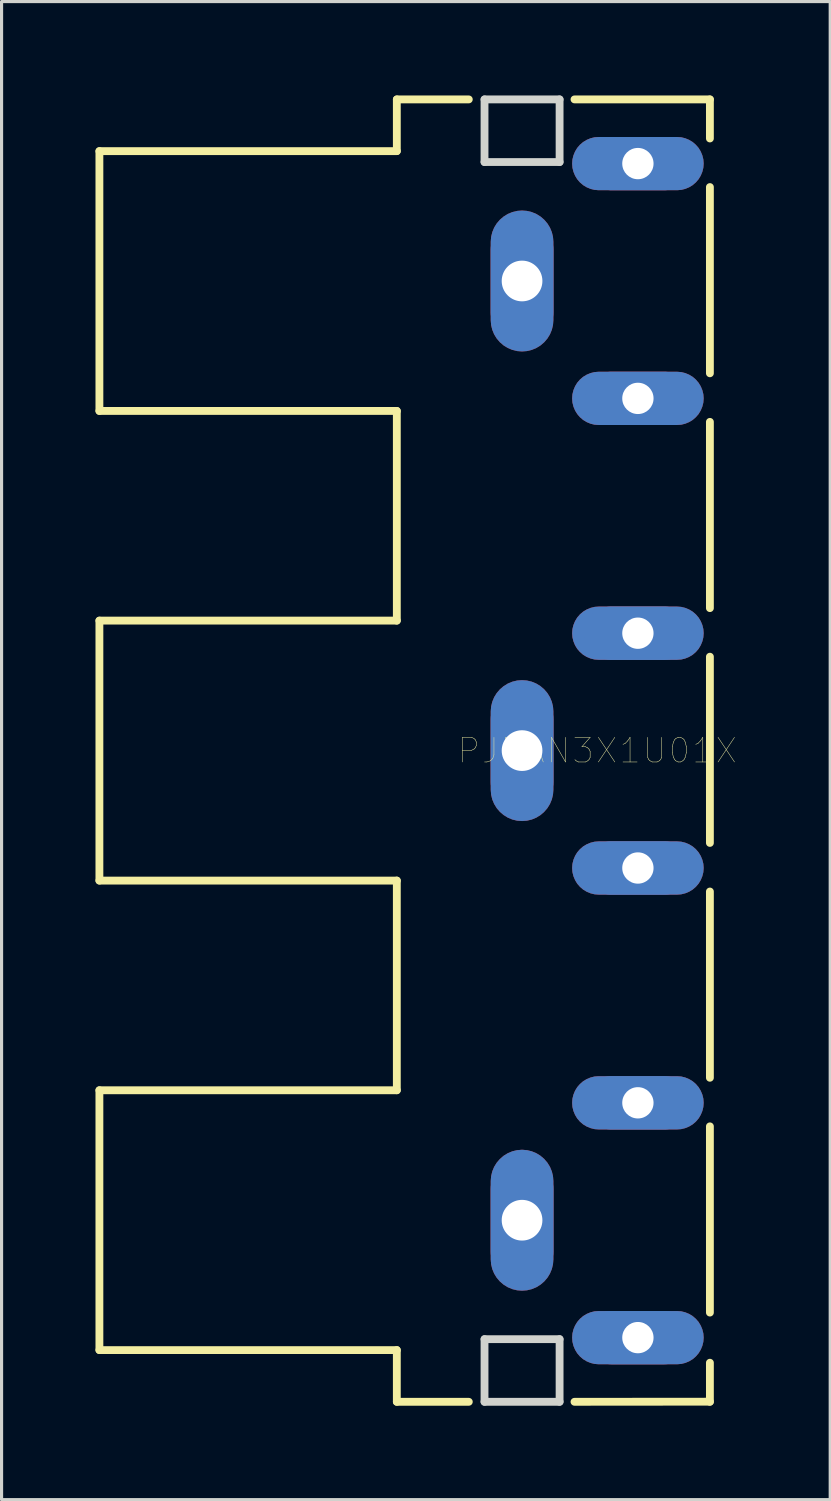
<source format=kicad_pcb>
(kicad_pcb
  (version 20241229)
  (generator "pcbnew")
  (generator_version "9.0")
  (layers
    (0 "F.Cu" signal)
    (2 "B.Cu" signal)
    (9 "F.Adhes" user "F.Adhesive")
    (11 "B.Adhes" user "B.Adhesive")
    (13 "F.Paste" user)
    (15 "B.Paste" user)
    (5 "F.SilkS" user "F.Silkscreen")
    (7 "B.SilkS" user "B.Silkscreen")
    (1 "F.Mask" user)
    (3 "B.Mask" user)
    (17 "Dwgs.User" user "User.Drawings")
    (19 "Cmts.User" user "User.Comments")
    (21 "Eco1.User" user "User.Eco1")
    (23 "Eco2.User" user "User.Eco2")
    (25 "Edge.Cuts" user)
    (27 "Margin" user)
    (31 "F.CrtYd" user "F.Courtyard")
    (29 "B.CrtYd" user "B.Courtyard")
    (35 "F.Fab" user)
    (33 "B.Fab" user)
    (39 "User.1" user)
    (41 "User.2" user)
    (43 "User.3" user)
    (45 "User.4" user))
  (footprint "PJRAN3X1U01X"
    (layer "F.Cu")
    (at 16.025 20.925)
    (property "Reference" "PJRAN3X1U01X" (at 0 0 0) (layer "F.SilkS") (effects (font (size 0.787 0.787) (thickness 0.015))))
    (attr through_hole)
    (fp_poly (pts (xy -1.401 -16.25) (xy -1.413 -16.406) (xy -1.45 -16.559) (xy -1.51 -16.704) (xy -1.592 -16.837) (xy -1.694 -16.956) (xy -1.813 -17.058) (xy -1.946 -17.14) (xy -2.091 -17.2) (xy -2.244 -17.237) (xy -2.4 -17.249) (xy -2.556 -17.237) (xy -2.709 -17.2) (xy -2.854 -17.14) (xy -2.987 -17.058) (xy -3.106 -16.956) (xy -3.208 -16.837) (xy -3.29 -16.704) (xy -3.35 -16.559) (xy -3.387 -16.406) (xy -3.399 -16.25) (xy -3.399 -13.75) (xy -3.387 -13.594) (xy -3.35 -13.441) (xy -3.29 -13.296) (xy -3.208 -13.163) (xy -3.106 -13.044) (xy -2.987 -12.942) (xy -2.854 -12.86) (xy -2.709 -12.8) (xy -2.556 -12.763) (xy -2.4 -12.751) (xy -2.244 -12.763) (xy -2.091 -12.8) (xy -1.946 -12.86) (xy -1.813 -12.942) (xy -1.694 -13.044) (xy -1.592 -13.163) (xy -1.51 -13.296) (xy -1.45 -13.441) (xy -1.413 -13.594) (xy -1.401 -13.75)) (stroke (width 0.002) (type solid)) (fill yes) (layer "F.Cu"))
    (fp_poly (pts (xy -1.401 -1.25) (xy -1.413 -1.406) (xy -1.45 -1.559) (xy -1.51 -1.704) (xy -1.592 -1.837) (xy -1.694 -1.956) (xy -1.813 -2.058) (xy -1.946 -2.14) (xy -2.091 -2.2) (xy -2.244 -2.237) (xy -2.4 -2.249) (xy -2.556 -2.237) (xy -2.709 -2.2) (xy -2.854 -2.14) (xy -2.987 -2.058) (xy -3.106 -1.956) (xy -3.208 -1.837) (xy -3.29 -1.704) (xy -3.35 -1.559) (xy -3.387 -1.406) (xy -3.399 -1.25) (xy -3.399 1.25) (xy -3.387 1.406) (xy -3.35 1.559) (xy -3.29 1.704) (xy -3.208 1.837) (xy -3.106 1.956) (xy -2.987 2.058) (xy -2.854 2.14) (xy -2.709 2.2) (xy -2.556 2.237) (xy -2.4 2.249) (xy -2.244 2.237) (xy -2.091 2.2) (xy -1.946 2.14) (xy -1.813 2.058) (xy -1.694 1.956) (xy -1.592 1.837) (xy -1.51 1.704) (xy -1.45 1.559) (xy -1.413 1.406) (xy -1.401 1.25)) (stroke (width 0.002) (type solid)) (fill yes) (layer "F.Cu"))
    (fp_poly (pts (xy -1.401 13.75) (xy -1.413 13.594) (xy -1.45 13.441) (xy -1.51 13.296) (xy -1.592 13.163) (xy -1.694 13.044) (xy -1.813 12.942) (xy -1.946 12.86) (xy -2.091 12.8) (xy -2.244 12.763) (xy -2.4 12.751) (xy -2.556 12.763) (xy -2.709 12.8) (xy -2.854 12.86) (xy -2.987 12.942) (xy -3.106 13.044) (xy -3.208 13.163) (xy -3.29 13.296) (xy -3.35 13.441) (xy -3.387 13.594) (xy -3.399 13.75) (xy -3.399 16.25) (xy -3.387 16.406) (xy -3.35 16.559) (xy -3.29 16.704) (xy -3.208 16.837) (xy -3.106 16.956) (xy -2.987 17.058) (xy -2.854 17.14) (xy -2.709 17.2) (xy -2.556 17.237) (xy -2.4 17.249) (xy -2.244 17.237) (xy -2.091 17.2) (xy -1.946 17.14) (xy -1.813 17.058) (xy -1.694 16.956) (xy -1.592 16.837) (xy -1.51 16.704) (xy -1.45 16.559) (xy -1.413 16.406) (xy -1.401 16.25)) (stroke (width 0.002) (type solid)) (fill yes) (layer "F.Cu"))
    (fp_poly (pts (xy 0.05 -19.599) (xy -0.083 -19.589) (xy -0.212 -19.557) (xy -0.335 -19.506) (xy -0.449 -19.437) (xy -0.55 -19.35) (xy -0.637 -19.249) (xy -0.706 -19.135) (xy -0.757 -19.012) (xy -0.789 -18.883) (xy -0.799 -18.75) (xy -0.789 -18.617) (xy -0.757 -18.488) (xy -0.706 -18.365) (xy -0.637 -18.251) (xy -0.55 -18.15) (xy -0.449 -18.063) (xy -0.335 -17.994) (xy -0.212 -17.943) (xy -0.083 -17.911) (xy 0.05 -17.901) (xy 2.55 -17.901) (xy 2.683 -17.911) (xy 2.812 -17.943) (xy 2.935 -17.994) (xy 3.049 -18.063) (xy 3.15 -18.15) (xy 3.237 -18.251) (xy 3.306 -18.365) (xy 3.357 -18.488) (xy 3.389 -18.617) (xy 3.399 -18.75) (xy 3.389 -18.883) (xy 3.357 -19.012) (xy 3.306 -19.135) (xy 3.237 -19.249) (xy 3.15 -19.35) (xy 3.049 -19.437) (xy 2.935 -19.506) (xy 2.812 -19.557) (xy 2.683 -19.589) (xy 2.55 -19.599)) (stroke (width 0.002) (type solid)) (fill yes) (layer "F.Cu"))
    (fp_poly (pts (xy 0.05 -12.099) (xy -0.083 -12.089) (xy -0.212 -12.057) (xy -0.335 -12.006) (xy -0.449 -11.937) (xy -0.55 -11.85) (xy -0.637 -11.749) (xy -0.706 -11.635) (xy -0.757 -11.512) (xy -0.789 -11.383) (xy -0.799 -11.25) (xy -0.789 -11.117) (xy -0.757 -10.988) (xy -0.706 -10.865) (xy -0.637 -10.751) (xy -0.55 -10.65) (xy -0.449 -10.563) (xy -0.335 -10.494) (xy -0.212 -10.443) (xy -0.083 -10.411) (xy 0.05 -10.401) (xy 2.55 -10.401) (xy 2.683 -10.411) (xy 2.812 -10.443) (xy 2.935 -10.494) (xy 3.049 -10.563) (xy 3.15 -10.65) (xy 3.237 -10.751) (xy 3.306 -10.865) (xy 3.357 -10.988) (xy 3.389 -11.117) (xy 3.399 -11.25) (xy 3.389 -11.383) (xy 3.357 -11.512) (xy 3.306 -11.635) (xy 3.237 -11.749) (xy 3.15 -11.85) (xy 3.049 -11.937) (xy 2.935 -12.006) (xy 2.812 -12.057) (xy 2.683 -12.089) (xy 2.55 -12.099)) (stroke (width 0.002) (type solid)) (fill yes) (layer "F.Cu"))
    (fp_poly (pts (xy 0.05 -4.599) (xy -0.083 -4.589) (xy -0.212 -4.557) (xy -0.335 -4.506) (xy -0.449 -4.437) (xy -0.55 -4.35) (xy -0.637 -4.249) (xy -0.706 -4.135) (xy -0.757 -4.012) (xy -0.789 -3.883) (xy -0.799 -3.75) (xy -0.789 -3.617) (xy -0.757 -3.488) (xy -0.706 -3.365) (xy -0.637 -3.251) (xy -0.55 -3.15) (xy -0.449 -3.063) (xy -0.335 -2.994) (xy -0.212 -2.943) (xy -0.083 -2.911) (xy 0.05 -2.901) (xy 2.55 -2.901) (xy 2.683 -2.911) (xy 2.812 -2.943) (xy 2.935 -2.994) (xy 3.049 -3.063) (xy 3.15 -3.15) (xy 3.237 -3.251) (xy 3.306 -3.365) (xy 3.357 -3.488) (xy 3.389 -3.617) (xy 3.399 -3.75) (xy 3.389 -3.883) (xy 3.357 -4.012) (xy 3.306 -4.135) (xy 3.237 -4.249) (xy 3.15 -4.35) (xy 3.049 -4.437) (xy 2.935 -4.506) (xy 2.812 -4.557) (xy 2.683 -4.589) (xy 2.55 -4.599)) (stroke (width 0.002) (type solid)) (fill yes) (layer "F.Cu"))
    (fp_poly (pts (xy 0.05 2.901) (xy -0.083 2.911) (xy -0.212 2.943) (xy -0.335 2.994) (xy -0.449 3.063) (xy -0.55 3.15) (xy -0.637 3.251) (xy -0.706 3.365) (xy -0.757 3.488) (xy -0.789 3.617) (xy -0.799 3.75) (xy -0.789 3.883) (xy -0.757 4.012) (xy -0.706 4.135) (xy -0.637 4.249) (xy -0.55 4.35) (xy -0.449 4.437) (xy -0.335 4.506) (xy -0.212 4.557) (xy -0.083 4.589) (xy 0.05 4.599) (xy 2.55 4.599) (xy 2.683 4.589) (xy 2.812 4.557) (xy 2.935 4.506) (xy 3.049 4.437) (xy 3.15 4.35) (xy 3.237 4.249) (xy 3.306 4.135) (xy 3.357 4.012) (xy 3.389 3.883) (xy 3.399 3.75) (xy 3.389 3.617) (xy 3.357 3.488) (xy 3.306 3.365) (xy 3.237 3.251) (xy 3.15 3.15) (xy 3.049 3.063) (xy 2.935 2.994) (xy 2.812 2.943) (xy 2.683 2.911) (xy 2.55 2.901)) (stroke (width 0.002) (type solid)) (fill yes) (layer "F.Cu"))
    (fp_poly (pts (xy 0.05 10.401) (xy -0.083 10.411) (xy -0.212 10.443) (xy -0.335 10.494) (xy -0.449 10.563) (xy -0.55 10.65) (xy -0.637 10.751) (xy -0.706 10.865) (xy -0.757 10.988) (xy -0.789 11.117) (xy -0.799 11.25) (xy -0.789 11.383) (xy -0.757 11.512) (xy -0.706 11.635) (xy -0.637 11.749) (xy -0.55 11.85) (xy -0.449 11.937) (xy -0.335 12.006) (xy -0.212 12.057) (xy -0.083 12.089) (xy 0.05 12.099) (xy 2.55 12.099) (xy 2.683 12.089) (xy 2.812 12.057) (xy 2.935 12.006) (xy 3.049 11.937) (xy 3.15 11.85) (xy 3.237 11.749) (xy 3.306 11.635) (xy 3.357 11.512) (xy 3.389 11.383) (xy 3.399 11.25) (xy 3.389 11.117) (xy 3.357 10.988) (xy 3.306 10.865) (xy 3.237 10.751) (xy 3.15 10.65) (xy 3.049 10.563) (xy 2.935 10.494) (xy 2.812 10.443) (xy 2.683 10.411) (xy 2.55 10.401)) (stroke (width 0.002) (type solid)) (fill yes) (layer "F.Cu"))
    (fp_poly (pts (xy 0.05 17.901) (xy -0.083 17.911) (xy -0.212 17.943) (xy -0.335 17.994) (xy -0.449 18.063) (xy -0.55 18.15) (xy -0.637 18.251) (xy -0.706 18.365) (xy -0.757 18.488) (xy -0.789 18.617) (xy -0.799 18.75) (xy -0.789 18.883) (xy -0.757 19.012) (xy -0.706 19.135) (xy -0.637 19.249) (xy -0.55 19.35) (xy -0.449 19.437) (xy -0.335 19.506) (xy -0.212 19.557) (xy -0.083 19.589) (xy 0.05 19.599) (xy 2.55 19.599) (xy 2.683 19.589) (xy 2.812 19.557) (xy 2.935 19.506) (xy 3.049 19.437) (xy 3.15 19.35) (xy 3.237 19.249) (xy 3.306 19.135) (xy 3.357 19.012) (xy 3.389 18.883) (xy 3.399 18.75) (xy 3.389 18.617) (xy 3.357 18.488) (xy 3.306 18.365) (xy 3.237 18.251) (xy 3.15 18.15) (xy 3.049 18.063) (xy 2.935 17.994) (xy 2.812 17.943) (xy 2.683 17.911) (xy 2.55 17.901)) (stroke (width 0.002) (type solid)) (fill yes) (layer "F.Cu"))
    (fp_poly (pts (xy -3.502 -13.75) (xy -3.488 -13.578) (xy -3.448 -13.41) (xy -3.382 -13.25) (xy -3.291 -13.102) (xy -3.179 -12.971) (xy -3.048 -12.859) (xy -2.9 -12.768) (xy -2.74 -12.702) (xy -2.572 -12.662) (xy -2.4 -12.648) (xy -2.228 -12.662) (xy -2.06 -12.702) (xy -1.9 -12.768) (xy -1.752 -12.859) (xy -1.621 -12.971) (xy -1.509 -13.102) (xy -1.418 -13.25) (xy -1.352 -13.41) (xy -1.312 -13.578) (xy -1.298 -13.75) (xy -1.298 -16.25) (xy -1.312 -16.422) (xy -1.352 -16.59) (xy -1.418 -16.75) (xy -1.509 -16.898) (xy -1.621 -17.029) (xy -1.752 -17.141) (xy -1.9 -17.232) (xy -2.06 -17.298) (xy -2.228 -17.338) (xy -2.4 -17.352) (xy -2.572 -17.338) (xy -2.74 -17.298) (xy -2.9 -17.232) (xy -3.048 -17.141) (xy -3.179 -17.029) (xy -3.291 -16.898) (xy -3.382 -16.75) (xy -3.448 -16.59) (xy -3.488 -16.422) (xy -3.502 -16.25)) (stroke (width 0.002) (type solid)) (fill yes) (layer "F.Mask"))
    (fp_poly (pts (xy -3.502 1.25) (xy -3.488 1.422) (xy -3.448 1.59) (xy -3.382 1.75) (xy -3.291 1.898) (xy -3.179 2.029) (xy -3.048 2.141) (xy -2.9 2.232) (xy -2.74 2.298) (xy -2.572 2.338) (xy -2.4 2.352) (xy -2.228 2.338) (xy -2.06 2.298) (xy -1.9 2.232) (xy -1.752 2.141) (xy -1.621 2.029) (xy -1.509 1.898) (xy -1.418 1.75) (xy -1.352 1.59) (xy -1.312 1.422) (xy -1.298 1.25) (xy -1.298 -1.25) (xy -1.312 -1.422) (xy -1.352 -1.59) (xy -1.418 -1.75) (xy -1.509 -1.898) (xy -1.621 -2.029) (xy -1.752 -2.141) (xy -1.9 -2.232) (xy -2.06 -2.298) (xy -2.228 -2.338) (xy -2.4 -2.352) (xy -2.572 -2.338) (xy -2.74 -2.298) (xy -2.9 -2.232) (xy -3.048 -2.141) (xy -3.179 -2.029) (xy -3.291 -1.898) (xy -3.382 -1.75) (xy -3.448 -1.59) (xy -3.488 -1.422) (xy -3.502 -1.25)) (stroke (width 0.002) (type solid)) (fill yes) (layer "F.Mask"))
    (fp_poly (pts (xy -3.502 16.25) (xy -3.488 16.422) (xy -3.448 16.59) (xy -3.382 16.75) (xy -3.291 16.898) (xy -3.179 17.029) (xy -3.048 17.141) (xy -2.9 17.232) (xy -2.74 17.298) (xy -2.572 17.338) (xy -2.4 17.352) (xy -2.228 17.338) (xy -2.06 17.298) (xy -1.9 17.232) (xy -1.752 17.141) (xy -1.621 17.029) (xy -1.509 16.898) (xy -1.418 16.75) (xy -1.352 16.59) (xy -1.312 16.422) (xy -1.298 16.25) (xy -1.298 13.75) (xy -1.312 13.578) (xy -1.352 13.41) (xy -1.418 13.25) (xy -1.509 13.102) (xy -1.621 12.971) (xy -1.752 12.859) (xy -1.9 12.768) (xy -2.06 12.702) (xy -2.228 12.662) (xy -2.4 12.648) (xy -2.572 12.662) (xy -2.74 12.702) (xy -2.9 12.768) (xy -3.048 12.859) (xy -3.179 12.971) (xy -3.291 13.102) (xy -3.382 13.25) (xy -3.448 13.41) (xy -3.488 13.578) (xy -3.502 13.75)) (stroke (width 0.002) (type solid)) (fill yes) (layer "F.Mask"))
    (fp_poly (pts (xy 0.05 -19.702) (xy -0.099 -19.69) (xy -0.244 -19.655) (xy -0.382 -19.598) (xy -0.509 -19.52) (xy -0.623 -19.423) (xy -0.72 -19.309) (xy -0.798 -19.182) (xy -0.855 -19.044) (xy -0.89 -18.899) (xy -0.902 -18.75) (xy -0.89 -18.601) (xy -0.855 -18.456) (xy -0.798 -18.318) (xy -0.72 -18.191) (xy -0.623 -18.077) (xy -0.509 -17.98) (xy -0.382 -17.902) (xy -0.244 -17.845) (xy -0.099 -17.81) (xy 0.05 -17.798) (xy 2.55 -17.798) (xy 2.699 -17.81) (xy 2.844 -17.845) (xy 2.982 -17.902) (xy 3.109 -17.98) (xy 3.223 -18.077) (xy 3.32 -18.191) (xy 3.398 -18.318) (xy 3.455 -18.456) (xy 3.49 -18.601) (xy 3.502 -18.75) (xy 3.49 -18.899) (xy 3.455 -19.044) (xy 3.398 -19.182) (xy 3.32 -19.309) (xy 3.223 -19.423) (xy 3.109 -19.52) (xy 2.982 -19.598) (xy 2.844 -19.655) (xy 2.699 -19.69) (xy 2.55 -19.702)) (stroke (width 0.002) (type solid)) (fill yes) (layer "F.Mask"))
    (fp_poly (pts (xy 0.05 -12.202) (xy -0.099 -12.19) (xy -0.244 -12.155) (xy -0.382 -12.098) (xy -0.509 -12.02) (xy -0.623 -11.923) (xy -0.72 -11.809) (xy -0.798 -11.682) (xy -0.855 -11.544) (xy -0.89 -11.399) (xy -0.902 -11.25) (xy -0.89 -11.101) (xy -0.855 -10.956) (xy -0.798 -10.818) (xy -0.72 -10.691) (xy -0.623 -10.577) (xy -0.509 -10.48) (xy -0.382 -10.402) (xy -0.244 -10.345) (xy -0.099 -10.31) (xy 0.05 -10.298) (xy 2.55 -10.298) (xy 2.699 -10.31) (xy 2.844 -10.345) (xy 2.982 -10.402) (xy 3.109 -10.48) (xy 3.223 -10.577) (xy 3.32 -10.691) (xy 3.398 -10.818) (xy 3.455 -10.956) (xy 3.49 -11.101) (xy 3.502 -11.25) (xy 3.49 -11.399) (xy 3.455 -11.544) (xy 3.398 -11.682) (xy 3.32 -11.809) (xy 3.223 -11.923) (xy 3.109 -12.02) (xy 2.982 -12.098) (xy 2.844 -12.155) (xy 2.699 -12.19) (xy 2.55 -12.202)) (stroke (width 0.002) (type solid)) (fill yes) (layer "F.Mask"))
    (fp_poly (pts (xy 0.05 -4.702) (xy -0.099 -4.69) (xy -0.244 -4.655) (xy -0.382 -4.598) (xy -0.509 -4.52) (xy -0.623 -4.423) (xy -0.72 -4.309) (xy -0.798 -4.182) (xy -0.855 -4.044) (xy -0.89 -3.899) (xy -0.902 -3.75) (xy -0.89 -3.601) (xy -0.855 -3.456) (xy -0.798 -3.318) (xy -0.72 -3.191) (xy -0.623 -3.077) (xy -0.509 -2.98) (xy -0.382 -2.902) (xy -0.244 -2.845) (xy -0.099 -2.81) (xy 0.05 -2.798) (xy 2.55 -2.798) (xy 2.699 -2.81) (xy 2.844 -2.845) (xy 2.982 -2.902) (xy 3.109 -2.98) (xy 3.223 -3.077) (xy 3.32 -3.191) (xy 3.398 -3.318) (xy 3.455 -3.456) (xy 3.49 -3.601) (xy 3.502 -3.75) (xy 3.49 -3.899) (xy 3.455 -4.044) (xy 3.398 -4.182) (xy 3.32 -4.309) (xy 3.223 -4.423) (xy 3.109 -4.52) (xy 2.982 -4.598) (xy 2.844 -4.655) (xy 2.699 -4.69) (xy 2.55 -4.702)) (stroke (width 0.002) (type solid)) (fill yes) (layer "F.Mask"))
    (fp_poly (pts (xy 0.05 2.798) (xy -0.099 2.81) (xy -0.244 2.845) (xy -0.382 2.902) (xy -0.509 2.98) (xy -0.623 3.077) (xy -0.72 3.191) (xy -0.798 3.318) (xy -0.855 3.456) (xy -0.89 3.601) (xy -0.902 3.75) (xy -0.89 3.899) (xy -0.855 4.044) (xy -0.798 4.182) (xy -0.72 4.309) (xy -0.623 4.423) (xy -0.509 4.52) (xy -0.382 4.598) (xy -0.244 4.655) (xy -0.099 4.69) (xy 0.05 4.702) (xy 2.55 4.702) (xy 2.699 4.69) (xy 2.844 4.655) (xy 2.982 4.598) (xy 3.109 4.52) (xy 3.223 4.423) (xy 3.32 4.309) (xy 3.398 4.182) (xy 3.455 4.044) (xy 3.49 3.899) (xy 3.502 3.75) (xy 3.49 3.601) (xy 3.455 3.456) (xy 3.398 3.318) (xy 3.32 3.191) (xy 3.223 3.077) (xy 3.109 2.98) (xy 2.982 2.902) (xy 2.844 2.845) (xy 2.699 2.81) (xy 2.55 2.798)) (stroke (width 0.002) (type solid)) (fill yes) (layer "F.Mask"))
    (fp_poly (pts (xy 0.05 10.298) (xy -0.099 10.31) (xy -0.244 10.345) (xy -0.382 10.402) (xy -0.509 10.48) (xy -0.623 10.577) (xy -0.72 10.691) (xy -0.798 10.818) (xy -0.855 10.956) (xy -0.89 11.101) (xy -0.902 11.25) (xy -0.89 11.399) (xy -0.855 11.544) (xy -0.798 11.682) (xy -0.72 11.809) (xy -0.623 11.923) (xy -0.509 12.02) (xy -0.382 12.098) (xy -0.244 12.155) (xy -0.099 12.19) (xy 0.05 12.202) (xy 2.55 12.202) (xy 2.699 12.19) (xy 2.844 12.155) (xy 2.982 12.098) (xy 3.109 12.02) (xy 3.223 11.923) (xy 3.32 11.809) (xy 3.398 11.682) (xy 3.455 11.544) (xy 3.49 11.399) (xy 3.502 11.25) (xy 3.49 11.101) (xy 3.455 10.956) (xy 3.398 10.818) (xy 3.32 10.691) (xy 3.223 10.577) (xy 3.109 10.48) (xy 2.982 10.402) (xy 2.844 10.345) (xy 2.699 10.31) (xy 2.55 10.298)) (stroke (width 0.002) (type solid)) (fill yes) (layer "F.Mask"))
    (fp_poly (pts (xy 0.05 17.798) (xy -0.099 17.81) (xy -0.244 17.845) (xy -0.382 17.902) (xy -0.509 17.98) (xy -0.623 18.077) (xy -0.72 18.191) (xy -0.798 18.318) (xy -0.855 18.456) (xy -0.89 18.601) (xy -0.902 18.75) (xy -0.89 18.899) (xy -0.855 19.044) (xy -0.798 19.182) (xy -0.72 19.309) (xy -0.623 19.423) (xy -0.509 19.52) (xy -0.382 19.598) (xy -0.244 19.655) (xy -0.099 19.69) (xy 0.05 19.702) (xy 2.55 19.702) (xy 2.699 19.69) (xy 2.844 19.655) (xy 2.982 19.598) (xy 3.109 19.52) (xy 3.223 19.423) (xy 3.32 19.309) (xy 3.398 19.182) (xy 3.455 19.044) (xy 3.49 18.899) (xy 3.502 18.75) (xy 3.49 18.601) (xy 3.455 18.456) (xy 3.398 18.318) (xy 3.32 18.191) (xy 3.223 18.077) (xy 3.109 17.98) (xy 2.982 17.902) (xy 2.844 17.845) (xy 2.699 17.81) (xy 2.55 17.798)) (stroke (width 0.002) (type solid)) (fill yes) (layer "F.Mask"))
    (fp_poly (pts (xy -1.401 -16.25) (xy -1.413 -16.406) (xy -1.45 -16.559) (xy -1.51 -16.704) (xy -1.592 -16.837) (xy -1.694 -16.956) (xy -1.813 -17.058) (xy -1.946 -17.14) (xy -2.091 -17.2) (xy -2.244 -17.237) (xy -2.4 -17.249) (xy -2.556 -17.237) (xy -2.709 -17.2) (xy -2.854 -17.14) (xy -2.987 -17.058) (xy -3.106 -16.956) (xy -3.208 -16.837) (xy -3.29 -16.704) (xy -3.35 -16.559) (xy -3.387 -16.406) (xy -3.399 -16.25) (xy -3.399 -13.75) (xy -3.387 -13.594) (xy -3.35 -13.441) (xy -3.29 -13.296) (xy -3.208 -13.163) (xy -3.106 -13.044) (xy -2.987 -12.942) (xy -2.854 -12.86) (xy -2.709 -12.8) (xy -2.556 -12.763) (xy -2.4 -12.751) (xy -2.244 -12.763) (xy -2.091 -12.8) (xy -1.946 -12.86) (xy -1.813 -12.942) (xy -1.694 -13.044) (xy -1.592 -13.163) (xy -1.51 -13.296) (xy -1.45 -13.441) (xy -1.413 -13.594) (xy -1.401 -13.75)) (stroke (width 0.002) (type solid)) (fill yes) (layer "B.Cu"))
    (fp_poly (pts (xy -1.401 -1.25) (xy -1.413 -1.406) (xy -1.45 -1.559) (xy -1.51 -1.704) (xy -1.592 -1.837) (xy -1.694 -1.956) (xy -1.813 -2.058) (xy -1.946 -2.14) (xy -2.091 -2.2) (xy -2.244 -2.237) (xy -2.4 -2.249) (xy -2.556 -2.237) (xy -2.709 -2.2) (xy -2.854 -2.14) (xy -2.987 -2.058) (xy -3.106 -1.956) (xy -3.208 -1.837) (xy -3.29 -1.704) (xy -3.35 -1.559) (xy -3.387 -1.406) (xy -3.399 -1.25) (xy -3.399 1.25) (xy -3.387 1.406) (xy -3.35 1.559) (xy -3.29 1.704) (xy -3.208 1.837) (xy -3.106 1.956) (xy -2.987 2.058) (xy -2.854 2.14) (xy -2.709 2.2) (xy -2.556 2.237) (xy -2.4 2.249) (xy -2.244 2.237) (xy -2.091 2.2) (xy -1.946 2.14) (xy -1.813 2.058) (xy -1.694 1.956) (xy -1.592 1.837) (xy -1.51 1.704) (xy -1.45 1.559) (xy -1.413 1.406) (xy -1.401 1.25)) (stroke (width 0.002) (type solid)) (fill yes) (layer "B.Cu"))
    (fp_poly (pts (xy -1.401 13.75) (xy -1.413 13.594) (xy -1.45 13.441) (xy -1.51 13.296) (xy -1.592 13.163) (xy -1.694 13.044) (xy -1.813 12.942) (xy -1.946 12.86) (xy -2.091 12.8) (xy -2.244 12.763) (xy -2.4 12.751) (xy -2.556 12.763) (xy -2.709 12.8) (xy -2.854 12.86) (xy -2.987 12.942) (xy -3.106 13.044) (xy -3.208 13.163) (xy -3.29 13.296) (xy -3.35 13.441) (xy -3.387 13.594) (xy -3.399 13.75) (xy -3.399 16.25) (xy -3.387 16.406) (xy -3.35 16.559) (xy -3.29 16.704) (xy -3.208 16.837) (xy -3.106 16.956) (xy -2.987 17.058) (xy -2.854 17.14) (xy -2.709 17.2) (xy -2.556 17.237) (xy -2.4 17.249) (xy -2.244 17.237) (xy -2.091 17.2) (xy -1.946 17.14) (xy -1.813 17.058) (xy -1.694 16.956) (xy -1.592 16.837) (xy -1.51 16.704) (xy -1.45 16.559) (xy -1.413 16.406) (xy -1.401 16.25)) (stroke (width 0.002) (type solid)) (fill yes) (layer "B.Cu"))
    (fp_poly (pts (xy 0.05 -19.599) (xy -0.083 -19.589) (xy -0.212 -19.557) (xy -0.335 -19.506) (xy -0.449 -19.437) (xy -0.55 -19.35) (xy -0.637 -19.249) (xy -0.706 -19.135) (xy -0.757 -19.012) (xy -0.789 -18.883) (xy -0.799 -18.75) (xy -0.789 -18.617) (xy -0.757 -18.488) (xy -0.706 -18.365) (xy -0.637 -18.251) (xy -0.55 -18.15) (xy -0.449 -18.063) (xy -0.335 -17.994) (xy -0.212 -17.943) (xy -0.083 -17.911) (xy 0.05 -17.901) (xy 2.55 -17.901) (xy 2.683 -17.911) (xy 2.812 -17.943) (xy 2.935 -17.994) (xy 3.049 -18.063) (xy 3.15 -18.15) (xy 3.237 -18.251) (xy 3.306 -18.365) (xy 3.357 -18.488) (xy 3.389 -18.617) (xy 3.399 -18.75) (xy 3.389 -18.883) (xy 3.357 -19.012) (xy 3.306 -19.135) (xy 3.237 -19.249) (xy 3.15 -19.35) (xy 3.049 -19.437) (xy 2.935 -19.506) (xy 2.812 -19.557) (xy 2.683 -19.589) (xy 2.55 -19.599)) (stroke (width 0.002) (type solid)) (fill yes) (layer "B.Cu"))
    (fp_poly (pts (xy 0.05 -12.099) (xy -0.083 -12.089) (xy -0.212 -12.057) (xy -0.335 -12.006) (xy -0.449 -11.937) (xy -0.55 -11.85) (xy -0.637 -11.749) (xy -0.706 -11.635) (xy -0.757 -11.512) (xy -0.789 -11.383) (xy -0.799 -11.25) (xy -0.789 -11.117) (xy -0.757 -10.988) (xy -0.706 -10.865) (xy -0.637 -10.751) (xy -0.55 -10.65) (xy -0.449 -10.563) (xy -0.335 -10.494) (xy -0.212 -10.443) (xy -0.083 -10.411) (xy 0.05 -10.401) (xy 2.55 -10.401) (xy 2.683 -10.411) (xy 2.812 -10.443) (xy 2.935 -10.494) (xy 3.049 -10.563) (xy 3.15 -10.65) (xy 3.237 -10.751) (xy 3.306 -10.865) (xy 3.357 -10.988) (xy 3.389 -11.117) (xy 3.399 -11.25) (xy 3.389 -11.383) (xy 3.357 -11.512) (xy 3.306 -11.635) (xy 3.237 -11.749) (xy 3.15 -11.85) (xy 3.049 -11.937) (xy 2.935 -12.006) (xy 2.812 -12.057) (xy 2.683 -12.089) (xy 2.55 -12.099)) (stroke (width 0.002) (type solid)) (fill yes) (layer "B.Cu"))
    (fp_poly (pts (xy 0.05 -4.599) (xy -0.083 -4.589) (xy -0.212 -4.557) (xy -0.335 -4.506) (xy -0.449 -4.437) (xy -0.55 -4.35) (xy -0.637 -4.249) (xy -0.706 -4.135) (xy -0.757 -4.012) (xy -0.789 -3.883) (xy -0.799 -3.75) (xy -0.789 -3.617) (xy -0.757 -3.488) (xy -0.706 -3.365) (xy -0.637 -3.251) (xy -0.55 -3.15) (xy -0.449 -3.063) (xy -0.335 -2.994) (xy -0.212 -2.943) (xy -0.083 -2.911) (xy 0.05 -2.901) (xy 2.55 -2.901) (xy 2.683 -2.911) (xy 2.812 -2.943) (xy 2.935 -2.994) (xy 3.049 -3.063) (xy 3.15 -3.15) (xy 3.237 -3.251) (xy 3.306 -3.365) (xy 3.357 -3.488) (xy 3.389 -3.617) (xy 3.399 -3.75) (xy 3.389 -3.883) (xy 3.357 -4.012) (xy 3.306 -4.135) (xy 3.237 -4.249) (xy 3.15 -4.35) (xy 3.049 -4.437) (xy 2.935 -4.506) (xy 2.812 -4.557) (xy 2.683 -4.589) (xy 2.55 -4.599)) (stroke (width 0.002) (type solid)) (fill yes) (layer "B.Cu"))
    (fp_poly (pts (xy 0.05 2.901) (xy -0.083 2.911) (xy -0.212 2.943) (xy -0.335 2.994) (xy -0.449 3.063) (xy -0.55 3.15) (xy -0.637 3.251) (xy -0.706 3.365) (xy -0.757 3.488) (xy -0.789 3.617) (xy -0.799 3.75) (xy -0.789 3.883) (xy -0.757 4.012) (xy -0.706 4.135) (xy -0.637 4.249) (xy -0.55 4.35) (xy -0.449 4.437) (xy -0.335 4.506) (xy -0.212 4.557) (xy -0.083 4.589) (xy 0.05 4.599) (xy 2.55 4.599) (xy 2.683 4.589) (xy 2.812 4.557) (xy 2.935 4.506) (xy 3.049 4.437) (xy 3.15 4.35) (xy 3.237 4.249) (xy 3.306 4.135) (xy 3.357 4.012) (xy 3.389 3.883) (xy 3.399 3.75) (xy 3.389 3.617) (xy 3.357 3.488) (xy 3.306 3.365) (xy 3.237 3.251) (xy 3.15 3.15) (xy 3.049 3.063) (xy 2.935 2.994) (xy 2.812 2.943) (xy 2.683 2.911) (xy 2.55 2.901)) (stroke (width 0.002) (type solid)) (fill yes) (layer "B.Cu"))
    (fp_poly (pts (xy 0.05 10.401) (xy -0.083 10.411) (xy -0.212 10.443) (xy -0.335 10.494) (xy -0.449 10.563) (xy -0.55 10.65) (xy -0.637 10.751) (xy -0.706 10.865) (xy -0.757 10.988) (xy -0.789 11.117) (xy -0.799 11.25) (xy -0.789 11.383) (xy -0.757 11.512) (xy -0.706 11.635) (xy -0.637 11.749) (xy -0.55 11.85) (xy -0.449 11.937) (xy -0.335 12.006) (xy -0.212 12.057) (xy -0.083 12.089) (xy 0.05 12.099) (xy 2.55 12.099) (xy 2.683 12.089) (xy 2.812 12.057) (xy 2.935 12.006) (xy 3.049 11.937) (xy 3.15 11.85) (xy 3.237 11.749) (xy 3.306 11.635) (xy 3.357 11.512) (xy 3.389 11.383) (xy 3.399 11.25) (xy 3.389 11.117) (xy 3.357 10.988) (xy 3.306 10.865) (xy 3.237 10.751) (xy 3.15 10.65) (xy 3.049 10.563) (xy 2.935 10.494) (xy 2.812 10.443) (xy 2.683 10.411) (xy 2.55 10.401)) (stroke (width 0.002) (type solid)) (fill yes) (layer "B.Cu"))
    (fp_poly (pts (xy 0.05 17.901) (xy -0.083 17.911) (xy -0.212 17.943) (xy -0.335 17.994) (xy -0.449 18.063) (xy -0.55 18.15) (xy -0.637 18.251) (xy -0.706 18.365) (xy -0.757 18.488) (xy -0.789 18.617) (xy -0.799 18.75) (xy -0.789 18.883) (xy -0.757 19.012) (xy -0.706 19.135) (xy -0.637 19.249) (xy -0.55 19.35) (xy -0.449 19.437) (xy -0.335 19.506) (xy -0.212 19.557) (xy -0.083 19.589) (xy 0.05 19.599) (xy 2.55 19.599) (xy 2.683 19.589) (xy 2.812 19.557) (xy 2.935 19.506) (xy 3.049 19.437) (xy 3.15 19.35) (xy 3.237 19.249) (xy 3.306 19.135) (xy 3.357 19.012) (xy 3.389 18.883) (xy 3.399 18.75) (xy 3.389 18.617) (xy 3.357 18.488) (xy 3.306 18.365) (xy 3.237 18.251) (xy 3.15 18.15) (xy 3.049 18.063) (xy 2.935 17.994) (xy 2.812 17.943) (xy 2.683 17.911) (xy 2.55 17.901)) (stroke (width 0.002) (type solid)) (fill yes) (layer "B.Cu"))
    (fp_poly (pts (xy -3.502 -13.75) (xy -3.488 -13.578) (xy -3.448 -13.41) (xy -3.382 -13.25) (xy -3.291 -13.102) (xy -3.179 -12.971) (xy -3.048 -12.859) (xy -2.9 -12.768) (xy -2.74 -12.702) (xy -2.572 -12.662) (xy -2.4 -12.648) (xy -2.228 -12.662) (xy -2.06 -12.702) (xy -1.9 -12.768) (xy -1.752 -12.859) (xy -1.621 -12.971) (xy -1.509 -13.102) (xy -1.418 -13.25) (xy -1.352 -13.41) (xy -1.312 -13.578) (xy -1.298 -13.75) (xy -1.298 -16.25) (xy -1.312 -16.422) (xy -1.352 -16.59) (xy -1.418 -16.75) (xy -1.509 -16.898) (xy -1.621 -17.029) (xy -1.752 -17.141) (xy -1.9 -17.232) (xy -2.06 -17.298) (xy -2.228 -17.338) (xy -2.4 -17.352) (xy -2.572 -17.338) (xy -2.74 -17.298) (xy -2.9 -17.232) (xy -3.048 -17.141) (xy -3.179 -17.029) (xy -3.291 -16.898) (xy -3.382 -16.75) (xy -3.448 -16.59) (xy -3.488 -16.422) (xy -3.502 -16.25)) (stroke (width 0.002) (type solid)) (fill yes) (layer "B.Mask"))
    (fp_poly (pts (xy -3.502 1.25) (xy -3.488 1.422) (xy -3.448 1.59) (xy -3.382 1.75) (xy -3.291 1.898) (xy -3.179 2.029) (xy -3.048 2.141) (xy -2.9 2.232) (xy -2.74 2.298) (xy -2.572 2.338) (xy -2.4 2.352) (xy -2.228 2.338) (xy -2.06 2.298) (xy -1.9 2.232) (xy -1.752 2.141) (xy -1.621 2.029) (xy -1.509 1.898) (xy -1.418 1.75) (xy -1.352 1.59) (xy -1.312 1.422) (xy -1.298 1.25) (xy -1.298 -1.25) (xy -1.312 -1.422) (xy -1.352 -1.59) (xy -1.418 -1.75) (xy -1.509 -1.898) (xy -1.621 -2.029) (xy -1.752 -2.141) (xy -1.9 -2.232) (xy -2.06 -2.298) (xy -2.228 -2.338) (xy -2.4 -2.352) (xy -2.572 -2.338) (xy -2.74 -2.298) (xy -2.9 -2.232) (xy -3.048 -2.141) (xy -3.179 -2.029) (xy -3.291 -1.898) (xy -3.382 -1.75) (xy -3.448 -1.59) (xy -3.488 -1.422) (xy -3.502 -1.25)) (stroke (width 0.002) (type solid)) (fill yes) (layer "B.Mask"))
    (fp_poly (pts (xy -3.502 16.25) (xy -3.488 16.422) (xy -3.448 16.59) (xy -3.382 16.75) (xy -3.291 16.898) (xy -3.179 17.029) (xy -3.048 17.141) (xy -2.9 17.232) (xy -2.74 17.298) (xy -2.572 17.338) (xy -2.4 17.352) (xy -2.228 17.338) (xy -2.06 17.298) (xy -1.9 17.232) (xy -1.752 17.141) (xy -1.621 17.029) (xy -1.509 16.898) (xy -1.418 16.75) (xy -1.352 16.59) (xy -1.312 16.422) (xy -1.298 16.25) (xy -1.298 13.75) (xy -1.312 13.578) (xy -1.352 13.41) (xy -1.418 13.25) (xy -1.509 13.102) (xy -1.621 12.971) (xy -1.752 12.859) (xy -1.9 12.768) (xy -2.06 12.702) (xy -2.228 12.662) (xy -2.4 12.648) (xy -2.572 12.662) (xy -2.74 12.702) (xy -2.9 12.768) (xy -3.048 12.859) (xy -3.179 12.971) (xy -3.291 13.102) (xy -3.382 13.25) (xy -3.448 13.41) (xy -3.488 13.578) (xy -3.502 13.75)) (stroke (width 0.002) (type solid)) (fill yes) (layer "B.Mask"))
    (fp_poly (pts (xy 0.05 -19.702) (xy -0.099 -19.69) (xy -0.244 -19.655) (xy -0.382 -19.598) (xy -0.509 -19.52) (xy -0.623 -19.423) (xy -0.72 -19.309) (xy -0.798 -19.182) (xy -0.855 -19.044) (xy -0.89 -18.899) (xy -0.902 -18.75) (xy -0.89 -18.601) (xy -0.855 -18.456) (xy -0.798 -18.318) (xy -0.72 -18.191) (xy -0.623 -18.077) (xy -0.509 -17.98) (xy -0.382 -17.902) (xy -0.244 -17.845) (xy -0.099 -17.81) (xy 0.05 -17.798) (xy 2.55 -17.798) (xy 2.699 -17.81) (xy 2.844 -17.845) (xy 2.982 -17.902) (xy 3.109 -17.98) (xy 3.223 -18.077) (xy 3.32 -18.191) (xy 3.398 -18.318) (xy 3.455 -18.456) (xy 3.49 -18.601) (xy 3.502 -18.75) (xy 3.49 -18.899) (xy 3.455 -19.044) (xy 3.398 -19.182) (xy 3.32 -19.309) (xy 3.223 -19.423) (xy 3.109 -19.52) (xy 2.982 -19.598) (xy 2.844 -19.655) (xy 2.699 -19.69) (xy 2.55 -19.702)) (stroke (width 0.002) (type solid)) (fill yes) (layer "B.Mask"))
    (fp_poly (pts (xy 0.05 -12.202) (xy -0.099 -12.19) (xy -0.244 -12.155) (xy -0.382 -12.098) (xy -0.509 -12.02) (xy -0.623 -11.923) (xy -0.72 -11.809) (xy -0.798 -11.682) (xy -0.855 -11.544) (xy -0.89 -11.399) (xy -0.902 -11.25) (xy -0.89 -11.101) (xy -0.855 -10.956) (xy -0.798 -10.818) (xy -0.72 -10.691) (xy -0.623 -10.577) (xy -0.509 -10.48) (xy -0.382 -10.402) (xy -0.244 -10.345) (xy -0.099 -10.31) (xy 0.05 -10.298) (xy 2.55 -10.298) (xy 2.699 -10.31) (xy 2.844 -10.345) (xy 2.982 -10.402) (xy 3.109 -10.48) (xy 3.223 -10.577) (xy 3.32 -10.691) (xy 3.398 -10.818) (xy 3.455 -10.956) (xy 3.49 -11.101) (xy 3.502 -11.25) (xy 3.49 -11.399) (xy 3.455 -11.544) (xy 3.398 -11.682) (xy 3.32 -11.809) (xy 3.223 -11.923) (xy 3.109 -12.02) (xy 2.982 -12.098) (xy 2.844 -12.155) (xy 2.699 -12.19) (xy 2.55 -12.202)) (stroke (width 0.002) (type solid)) (fill yes) (layer "B.Mask"))
    (fp_poly (pts (xy 0.05 -4.702) (xy -0.099 -4.69) (xy -0.244 -4.655) (xy -0.382 -4.598) (xy -0.509 -4.52) (xy -0.623 -4.423) (xy -0.72 -4.309) (xy -0.798 -4.182) (xy -0.855 -4.044) (xy -0.89 -3.899) (xy -0.902 -3.75) (xy -0.89 -3.601) (xy -0.855 -3.456) (xy -0.798 -3.318) (xy -0.72 -3.191) (xy -0.623 -3.077) (xy -0.509 -2.98) (xy -0.382 -2.902) (xy -0.244 -2.845) (xy -0.099 -2.81) (xy 0.05 -2.798) (xy 2.55 -2.798) (xy 2.699 -2.81) (xy 2.844 -2.845) (xy 2.982 -2.902) (xy 3.109 -2.98) (xy 3.223 -3.077) (xy 3.32 -3.191) (xy 3.398 -3.318) (xy 3.455 -3.456) (xy 3.49 -3.601) (xy 3.502 -3.75) (xy 3.49 -3.899) (xy 3.455 -4.044) (xy 3.398 -4.182) (xy 3.32 -4.309) (xy 3.223 -4.423) (xy 3.109 -4.52) (xy 2.982 -4.598) (xy 2.844 -4.655) (xy 2.699 -4.69) (xy 2.55 -4.702)) (stroke (width 0.002) (type solid)) (fill yes) (layer "B.Mask"))
    (fp_poly (pts (xy 0.05 2.798) (xy -0.099 2.81) (xy -0.244 2.845) (xy -0.382 2.902) (xy -0.509 2.98) (xy -0.623 3.077) (xy -0.72 3.191) (xy -0.798 3.318) (xy -0.855 3.456) (xy -0.89 3.601) (xy -0.902 3.75) (xy -0.89 3.899) (xy -0.855 4.044) (xy -0.798 4.182) (xy -0.72 4.309) (xy -0.623 4.423) (xy -0.509 4.52) (xy -0.382 4.598) (xy -0.244 4.655) (xy -0.099 4.69) (xy 0.05 4.702) (xy 2.55 4.702) (xy 2.699 4.69) (xy 2.844 4.655) (xy 2.982 4.598) (xy 3.109 4.52) (xy 3.223 4.423) (xy 3.32 4.309) (xy 3.398 4.182) (xy 3.455 4.044) (xy 3.49 3.899) (xy 3.502 3.75) (xy 3.49 3.601) (xy 3.455 3.456) (xy 3.398 3.318) (xy 3.32 3.191) (xy 3.223 3.077) (xy 3.109 2.98) (xy 2.982 2.902) (xy 2.844 2.845) (xy 2.699 2.81) (xy 2.55 2.798)) (stroke (width 0.002) (type solid)) (fill yes) (layer "B.Mask"))
    (fp_poly (pts (xy 0.05 10.298) (xy -0.099 10.31) (xy -0.244 10.345) (xy -0.382 10.402) (xy -0.509 10.48) (xy -0.623 10.577) (xy -0.72 10.691) (xy -0.798 10.818) (xy -0.855 10.956) (xy -0.89 11.101) (xy -0.902 11.25) (xy -0.89 11.399) (xy -0.855 11.544) (xy -0.798 11.682) (xy -0.72 11.809) (xy -0.623 11.923) (xy -0.509 12.02) (xy -0.382 12.098) (xy -0.244 12.155) (xy -0.099 12.19) (xy 0.05 12.202) (xy 2.55 12.202) (xy 2.699 12.19) (xy 2.844 12.155) (xy 2.982 12.098) (xy 3.109 12.02) (xy 3.223 11.923) (xy 3.32 11.809) (xy 3.398 11.682) (xy 3.455 11.544) (xy 3.49 11.399) (xy 3.502 11.25) (xy 3.49 11.101) (xy 3.455 10.956) (xy 3.398 10.818) (xy 3.32 10.691) (xy 3.223 10.577) (xy 3.109 10.48) (xy 2.982 10.402) (xy 2.844 10.345) (xy 2.699 10.31) (xy 2.55 10.298)) (stroke (width 0.002) (type solid)) (fill yes) (layer "B.Mask"))
    (fp_poly (pts (xy 0.05 17.798) (xy -0.099 17.81) (xy -0.244 17.845) (xy -0.382 17.902) (xy -0.509 17.98) (xy -0.623 18.077) (xy -0.72 18.191) (xy -0.798 18.318) (xy -0.855 18.456) (xy -0.89 18.601) (xy -0.902 18.75) (xy -0.89 18.899) (xy -0.855 19.044) (xy -0.798 19.182) (xy -0.72 19.309) (xy -0.623 19.423) (xy -0.509 19.52) (xy -0.382 19.598) (xy -0.244 19.655) (xy -0.099 19.69) (xy 0.05 19.702) (xy 2.55 19.702) (xy 2.699 19.69) (xy 2.844 19.655) (xy 2.982 19.598) (xy 3.109 19.52) (xy 3.223 19.423) (xy 3.32 19.309) (xy 3.398 19.182) (xy 3.455 19.044) (xy 3.49 18.899) (xy 3.502 18.75) (xy 3.49 18.601) (xy 3.455 18.456) (xy 3.398 18.318) (xy 3.32 18.191) (xy 3.223 18.077) (xy 3.109 17.98) (xy 2.982 17.902) (xy 2.844 17.845) (xy 2.699 17.81) (xy 2.55 17.798)) (stroke (width 0.002) (type solid)) (fill yes) (layer "B.Mask"))
    (fp_line (start -15.9 -19.148) (end -15.9 -10.849) (stroke (width 0.25) (type solid)) (layer "F.SilkS"))
    (fp_line (start -15.9 -19.148) (end -6.4 -19.148) (stroke (width 0.25) (type solid)) (layer "F.SilkS"))
    (fp_line (start -15.9 -10.849) (end -6.4 -10.849) (stroke (width 0.25) (type solid)) (layer "F.SilkS"))
    (fp_line (start -15.9 -4.152) (end -15.9 4.152) (stroke (width 0.25) (type solid)) (layer "F.SilkS"))
    (fp_line (start -15.9 -4.152) (end -6.4 -4.152) (stroke (width 0.25) (type solid)) (layer "F.SilkS"))
    (fp_line (start -15.9 4.152) (end -6.4 4.152) (stroke (width 0.25) (type solid)) (layer "F.SilkS"))
    (fp_line (start -15.9 10.849) (end -15.9 19.148) (stroke (width 0.25) (type solid)) (layer "F.SilkS"))
    (fp_line (start -15.9 10.849) (end -6.4 10.849) (stroke (width 0.25) (type solid)) (layer "F.SilkS"))
    (fp_line (start -15.9 19.148) (end -6.4 19.148) (stroke (width 0.25) (type solid)) (layer "F.SilkS"))
    (fp_line (start -6.4 -20.8) (end -6.4 -19.148) (stroke (width 0.25) (type solid)) (layer "F.SilkS"))
    (fp_line (start -6.4 -10.849) (end -6.4 -4.152) (stroke (width 0.25) (type solid)) (layer "F.SilkS"))
    (fp_line (start -6.4 4.152) (end -6.4 10.849) (stroke (width 0.25) (type solid)) (layer "F.SilkS"))
    (fp_line (start -6.4 20.8) (end -6.4 19.148) (stroke (width 0.25) (type solid)) (layer "F.SilkS"))
    (fp_line (start -4.101 -20.8) (end -6.4 -20.8) (stroke (width 0.25) (type solid)) (layer "F.SilkS"))
    (fp_line (start -4.101 20.8) (end -6.4 20.8) (stroke (width 0.25) (type solid)) (layer "F.SilkS"))
    (fp_line (start 3.6 -20.8) (end -0.725 -20.8) (stroke (width 0.25) (type solid)) (layer "F.SilkS"))
    (fp_line (start 3.6 -19.552) (end 3.6 -20.8) (stroke (width 0.25) (type solid)) (layer "F.SilkS"))
    (fp_line (start 3.6 -12.052) (end 3.6 -18) (stroke (width 0.25) (type solid)) (layer "F.SilkS"))
    (fp_line (start 3.6 -4.551) (end 3.6 -10.5) (stroke (width 0.25) (type solid)) (layer "F.SilkS"))
    (fp_line (start 3.6 2.949) (end 3.6 -2.999) (stroke (width 0.25) (type solid)) (layer "F.SilkS"))
    (fp_line (start 3.6 10.45) (end 3.6 4.501) (stroke (width 0.25) (type solid)) (layer "F.SilkS"))
    (fp_line (start 3.6 17.95) (end 3.6 12.002) (stroke (width 0.25) (type solid)) (layer "F.SilkS"))
    (fp_line (start 3.6 20.796) (end -0.725 20.8) (stroke (width 0.25) (type solid)) (layer "F.SilkS"))
    (fp_line (start 3.6 20.8) (end 3.6 19.552) (stroke (width 0.25) (type solid)) (layer "F.SilkS"))
    (fp_line (start -3.599 -20.8) (end -1.201 -20.8) (stroke (width 0.25) (type solid)) (layer "Edge.Cuts"))
    (fp_line (start -3.599 -18.799) (end -3.599 -20.8) (stroke (width 0.25) (type solid)) (layer "Edge.Cuts"))
    (fp_line (start -3.599 18.799) (end -1.201 18.799) (stroke (width 0.25) (type solid)) (layer "Edge.Cuts"))
    (fp_line (start -3.599 20.8) (end -3.599 18.799) (stroke (width 0.25) (type solid)) (layer "Edge.Cuts"))
    (fp_line (start -1.201 -20.8) (end -1.201 -18.799) (stroke (width 0.25) (type solid)) (layer "Edge.Cuts"))
    (fp_line (start -1.201 -18.799) (end -3.599 -18.799) (stroke (width 0.25) (type solid)) (layer "Edge.Cuts"))
    (fp_line (start -1.201 18.799) (end -1.201 20.8) (stroke (width 0.25) (type solid)) (layer "Edge.Cuts"))
    (fp_line (start -1.201 20.8) (end -3.599 20.8) (stroke (width 0.25) (type solid)) (layer "Edge.Cuts"))
    (pad "1" thru_hole oval (at -2.4 15) (size 2 4) (drill 1.3) (layers "*.Cu"))
    (pad "2" thru_hole oval (at 1.3 11.25) (size 3.4 1.7) (drill 1) (layers "*.Cu"))
    (pad "3" thru_hole oval (at 1.3 18.75) (size 3.4 1.7) (drill 1) (layers "*.Cu"))
    (pad "4" thru_hole oval (at -2.4 0) (size 2 4) (drill 1.3) (layers "*.Cu"))
    (pad "5" thru_hole oval (at 1.3 -3.75) (size 3.4 1.7) (drill 1) (layers "*.Cu"))
    (pad "6" thru_hole oval (at 1.3 3.75) (size 3.4 1.7) (drill 1) (layers "*.Cu"))
    (pad "7" thru_hole oval (at -2.4 -15) (size 2 4) (drill 1.3) (layers "*.Cu"))
    (pad "8" thru_hole oval (at 1.3 -18.75) (size 3.4 1.7) (drill 1) (layers "*.Cu"))
    (pad "9" thru_hole oval (at 1.3 -11.25) (size 3.4 1.7) (drill 1) (layers "*.Cu")))
  (gr_rect
    (start -3 -3)
    (end 23.468 44.85)
    (stroke (width 0.1) (type default))
    (fill no)
    (layer "Edge.Cuts")))
</source>
